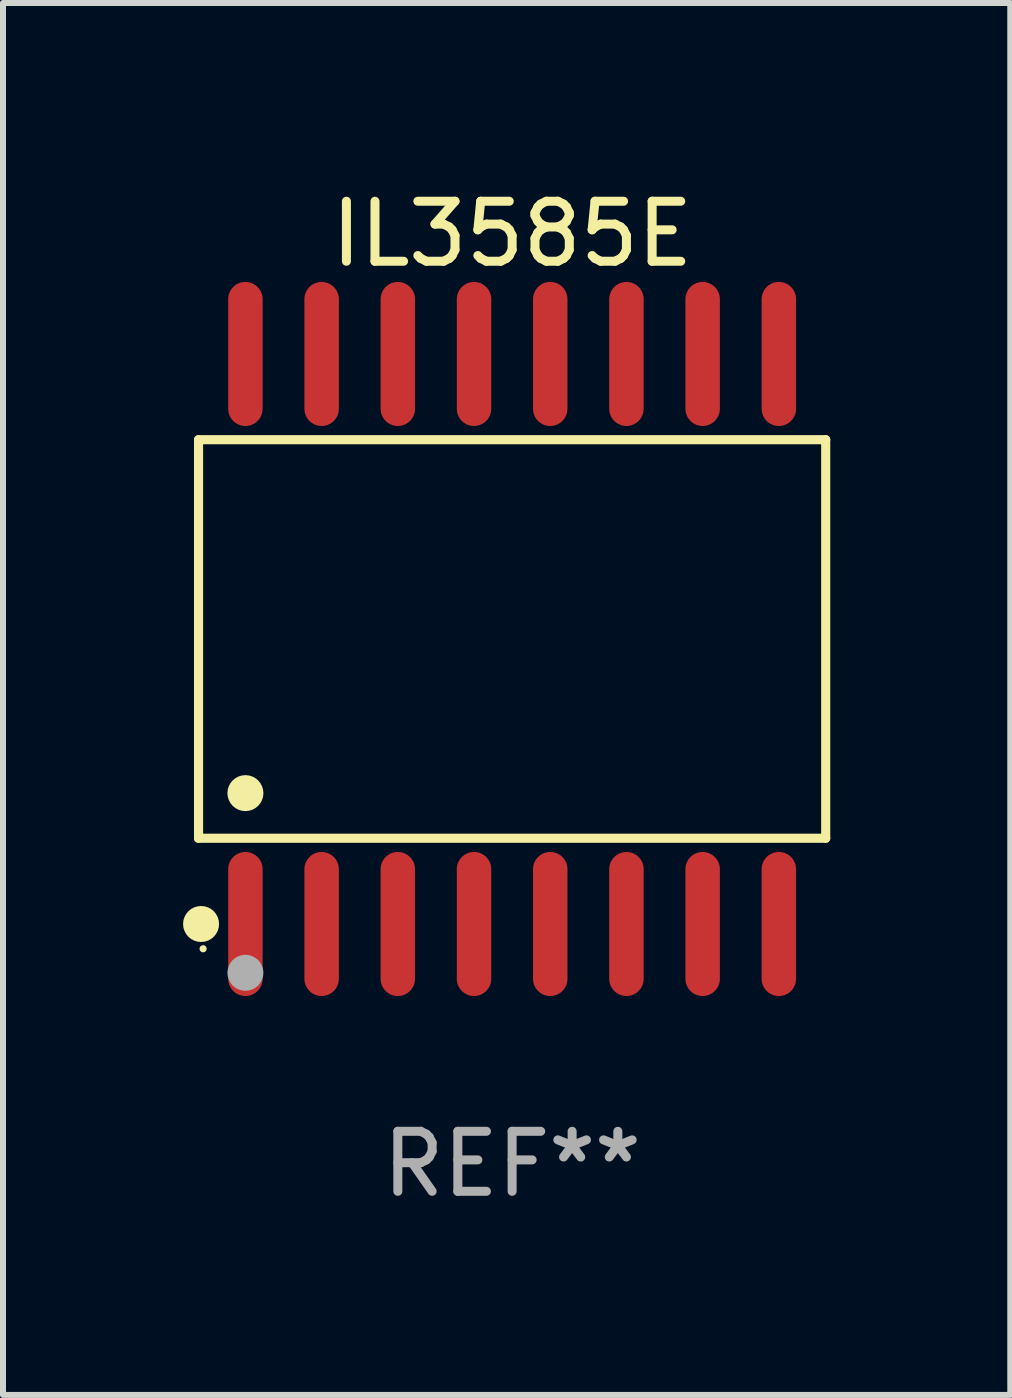
<source format=kicad_pcb>
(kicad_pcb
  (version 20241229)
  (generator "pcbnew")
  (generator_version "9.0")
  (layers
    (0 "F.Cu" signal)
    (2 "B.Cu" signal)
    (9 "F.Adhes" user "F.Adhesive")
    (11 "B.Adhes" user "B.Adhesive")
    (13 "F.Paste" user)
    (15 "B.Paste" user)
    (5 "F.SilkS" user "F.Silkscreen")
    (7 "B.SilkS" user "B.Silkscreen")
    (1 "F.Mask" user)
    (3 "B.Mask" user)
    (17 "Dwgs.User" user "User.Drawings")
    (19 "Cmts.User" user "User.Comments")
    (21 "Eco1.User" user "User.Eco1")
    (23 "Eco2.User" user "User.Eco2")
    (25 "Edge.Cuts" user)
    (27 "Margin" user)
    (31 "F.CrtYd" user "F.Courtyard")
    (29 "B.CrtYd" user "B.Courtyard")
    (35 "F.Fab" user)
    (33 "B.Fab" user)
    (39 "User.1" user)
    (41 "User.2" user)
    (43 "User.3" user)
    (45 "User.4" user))
  (footprint "IL3585E"
    (layer "F.Cu")
    (at 5.485 7.599)
    (property "Reference" "IL3585E" (at 0 -6.75 0) (layer "F.SilkS") (effects (font (size 1 1) (thickness 0.15))))
    (attr through_hole)
    (fp_line (start -5.226 -3.321) (end 5.226 -3.321) (stroke (width 0.152) (type solid)) (layer "F.SilkS"))
    (fp_line (start -5.226 3.321) (end -5.226 -3.321) (stroke (width 0.152) (type solid)) (layer "F.SilkS"))
    (fp_line (start 5.226 -3.321) (end 5.226 3.321) (stroke (width 0.152) (type solid)) (layer "F.SilkS"))
    (fp_line (start 5.226 3.321) (end -5.226 3.321) (stroke (width 0.152) (type solid)) (layer "F.SilkS"))
    (fp_circle (center -5.184 4.75) (end -5.034 4.75) (stroke (width 0.3) (type solid)) (fill no) (layer "F.SilkS"))
    (fp_circle (center -5.15 5.163) (end -5.12 5.163) (stroke (width 0.06) (type solid)) (fill no) (layer "F.SilkS"))
    (fp_circle (center -4.445 2.569) (end -4.295 2.569) (stroke (width 0.3) (type solid)) (fill no) (layer "F.SilkS"))
    (fp_circle (center -4.445 5.563) (end -4.295 5.563) (stroke (width 0.3) (type solid)) (fill no) (layer "F.Fab"))
    (fp_text user "REF**" (at 0 8.75 0) (layer "F.Fab") (effects (font (size 1 1) (thickness 0.15))))
    (pad "1" smd oval (at -4.445 4.75) (size 0.574 2.401) (layers "F.Cu" "F.Mask" "F.Paste"))
    (pad "2" smd oval (at -3.175 4.75) (size 0.574 2.401) (layers "F.Cu" "F.Mask" "F.Paste"))
    (pad "3" smd oval (at -1.905 4.75) (size 0.574 2.401) (layers "F.Cu" "F.Mask" "F.Paste"))
    (pad "4" smd oval (at -0.635 4.75) (size 0.574 2.401) (layers "F.Cu" "F.Mask" "F.Paste"))
    (pad "5" smd oval (at 0.635 4.75) (size 0.574 2.401) (layers "F.Cu" "F.Mask" "F.Paste"))
    (pad "6" smd oval (at 1.905 4.75) (size 0.574 2.401) (layers "F.Cu" "F.Mask" "F.Paste"))
    (pad "7" smd oval (at 3.175 4.75) (size 0.574 2.401) (layers "F.Cu" "F.Mask" "F.Paste"))
    (pad "8" smd oval (at 4.445 4.75) (size 0.574 2.401) (layers "F.Cu" "F.Mask" "F.Paste"))
    (pad "9" smd oval (at 4.445 -4.75) (size 0.574 2.401) (layers "F.Cu" "F.Mask" "F.Paste"))
    (pad "10" smd oval (at 3.175 -4.75) (size 0.574 2.401) (layers "F.Cu" "F.Mask" "F.Paste"))
    (pad "11" smd oval (at 1.905 -4.75) (size 0.574 2.401) (layers "F.Cu" "F.Mask" "F.Paste"))
    (pad "12" smd oval (at 0.635 -4.75) (size 0.574 2.401) (layers "F.Cu" "F.Mask" "F.Paste"))
    (pad "13" smd oval (at -0.635 -4.75) (size 0.574 2.401) (layers "F.Cu" "F.Mask" "F.Paste"))
    (pad "14" smd oval (at -1.905 -4.75) (size 0.574 2.401) (layers "F.Cu" "F.Mask" "F.Paste"))
    (pad "15" smd oval (at -3.175 -4.75) (size 0.574 2.401) (layers "F.Cu" "F.Mask" "F.Paste"))
    (pad "16" smd oval (at -4.445 -4.75) (size 0.574 2.401) (layers "F.Cu" "F.Mask" "F.Paste")))
  (gr_rect
    (start -3 -3)
    (end 13.787 20.197)
    (stroke (width 0.1) (type default))
    (fill no)
    (layer "Edge.Cuts")))
</source>
